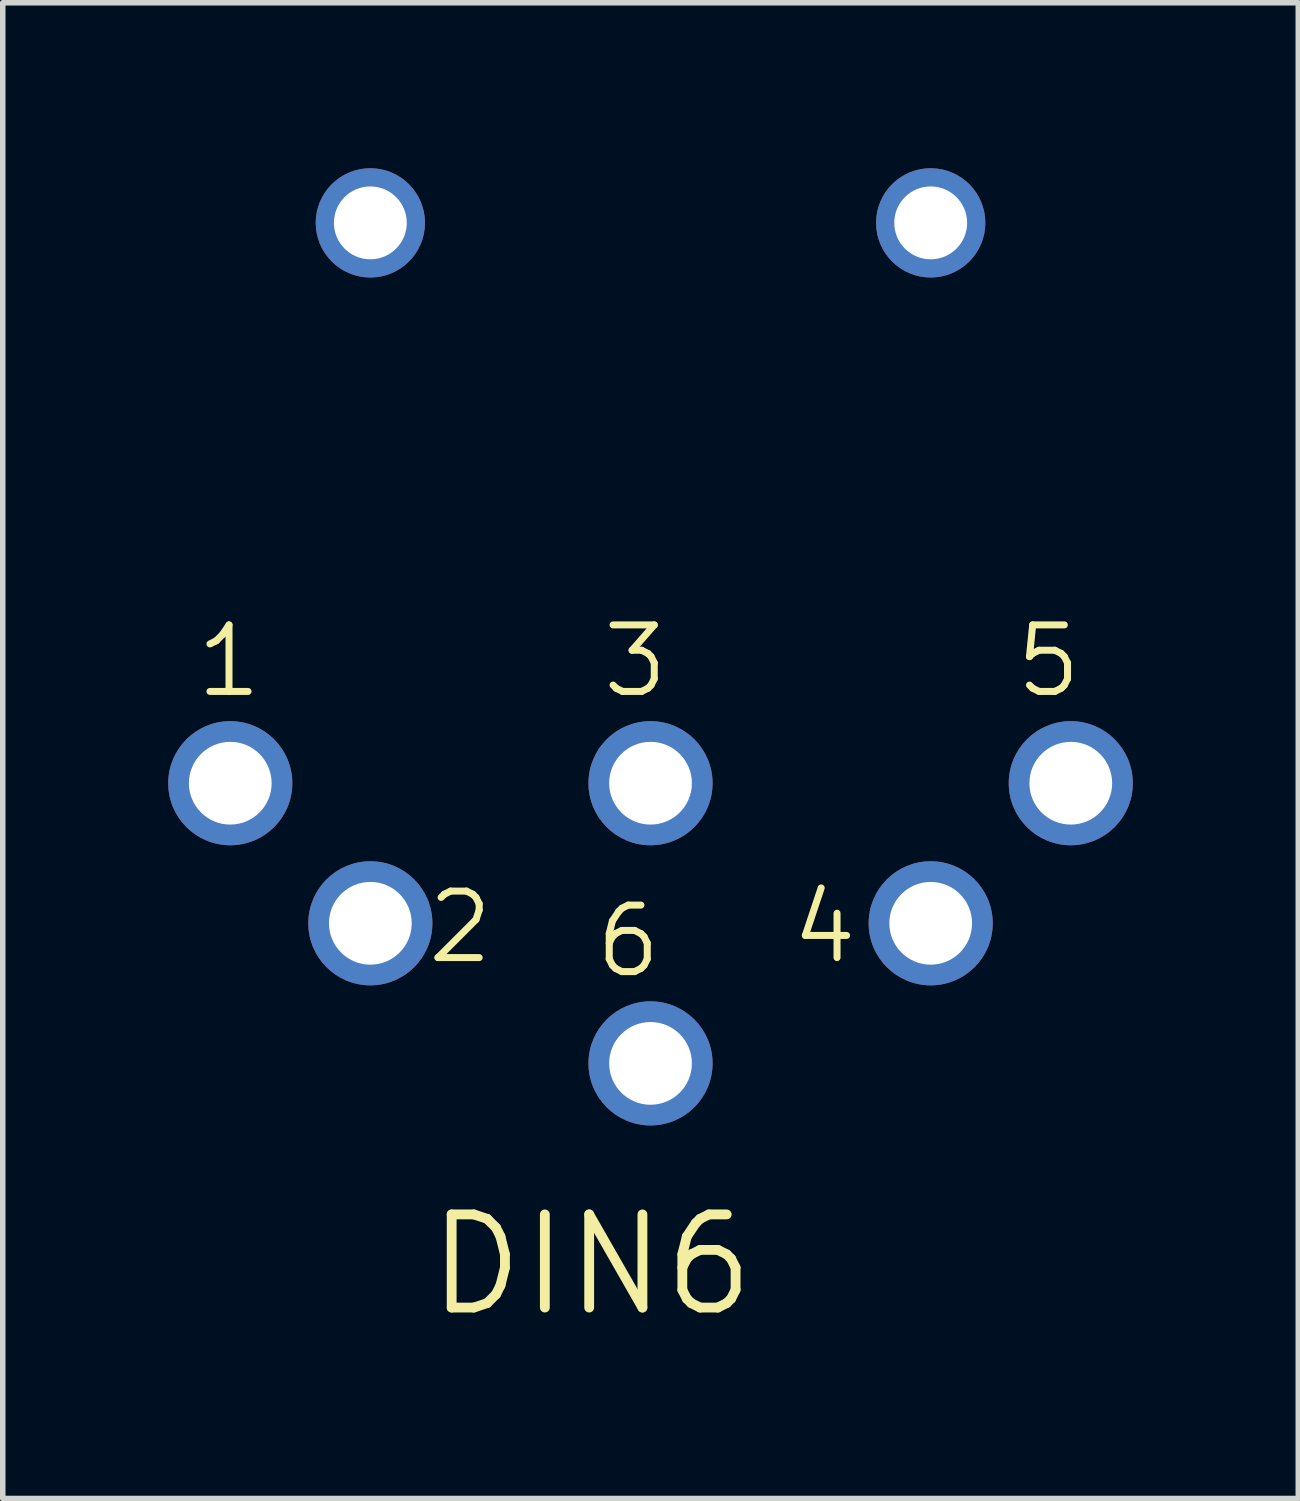
<source format=kicad_pcb>
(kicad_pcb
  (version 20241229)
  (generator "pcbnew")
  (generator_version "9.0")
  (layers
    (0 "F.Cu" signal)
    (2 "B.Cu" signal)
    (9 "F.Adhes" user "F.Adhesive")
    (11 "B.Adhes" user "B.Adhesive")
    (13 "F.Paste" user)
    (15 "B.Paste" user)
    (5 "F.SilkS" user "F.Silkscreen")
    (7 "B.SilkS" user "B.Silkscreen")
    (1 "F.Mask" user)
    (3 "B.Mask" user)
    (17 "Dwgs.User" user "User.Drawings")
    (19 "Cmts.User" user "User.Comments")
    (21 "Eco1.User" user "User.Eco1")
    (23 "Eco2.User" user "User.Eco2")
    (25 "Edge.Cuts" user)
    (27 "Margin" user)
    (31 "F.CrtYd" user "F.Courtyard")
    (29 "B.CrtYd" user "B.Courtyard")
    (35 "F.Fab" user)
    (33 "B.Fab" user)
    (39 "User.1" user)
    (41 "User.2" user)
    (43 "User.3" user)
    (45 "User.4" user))
  (footprint "DIN6"
    (layer "F.Cu")
    (at 8.745 11.151)
    (property "Reference" "DIN6" (at 1.981 7.747 0) (layer "F.SilkS") (effects (font (size 1.689 1.689) (thickness 0.178)) (justify right top)))
    (attr through_hole)
    (fp_text user "1" (at -6.985 -2.921 0) (layer "F.SilkS") (effects (font (size 1.206 1.206) (thickness 0.127)) (justify right top)))
    (fp_text user "5" (at 7.874 -2.921 0) (layer "F.SilkS") (effects (font (size 1.206 1.206) (thickness 0.127)) (justify right top)))
    (fp_text user "4" (at 3.81 1.905 0) (layer "F.SilkS") (effects (font (size 1.206 1.206) (thickness 0.127)) (justify right top)))
    (fp_text user "2" (at -2.794 1.905 0) (layer "F.SilkS") (effects (font (size 1.206 1.206) (thickness 0.127)) (justify right top)))
    (fp_text user "3" (at 0.381 -2.921 0) (layer "F.SilkS") (effects (font (size 1.206 1.206) (thickness 0.127)) (justify right top)))
    (fp_text user "6" (at 0.254 2.159 0) (layer "F.SilkS") (effects (font (size 1.206 1.206) (thickness 0.127)) (justify right top)))
    (pad "1" thru_hole circle (at -7.62 0 180) (size 2.25 2.25) (drill 1.5) (layers "*.Cu" "*.Mask"))
    (pad "2" thru_hole circle (at -5.08 2.54 180) (size 2.25 2.25) (drill 1.5) (layers "*.Cu" "*.Mask"))
    (pad "3" thru_hole circle (at 0 0 180) (size 2.25 2.25) (drill 1.5) (layers "*.Cu" "*.Mask"))
    (pad "4" thru_hole circle (at 5.08 2.54 180) (size 2.25 2.25) (drill 1.5) (layers "*.Cu" "*.Mask"))
    (pad "5" thru_hole circle (at 7.62 0 180) (size 2.25 2.25) (drill 1.5) (layers "*.Cu" "*.Mask"))
    (pad "6" thru_hole circle (at 0 5.08 180) (size 2.25 2.25) (drill 1.5) (layers "*.Cu" "*.Mask"))
    (pad "PE" thru_hole circle (at 5.08 -10.16 180) (size 1.981 1.981) (drill 1.321) (layers "*.Cu" "*.Mask"))
    (pad "PE@" thru_hole circle (at -5.08 -10.16 180) (size 1.981 1.981) (drill 1.321) (layers "*.Cu" "*.Mask")))
  (gr_rect
    (start -3 -3)
    (end 20.49 24.12)
    (stroke (width 0.1) (type default))
    (fill no)
    (layer "Edge.Cuts")))
</source>
